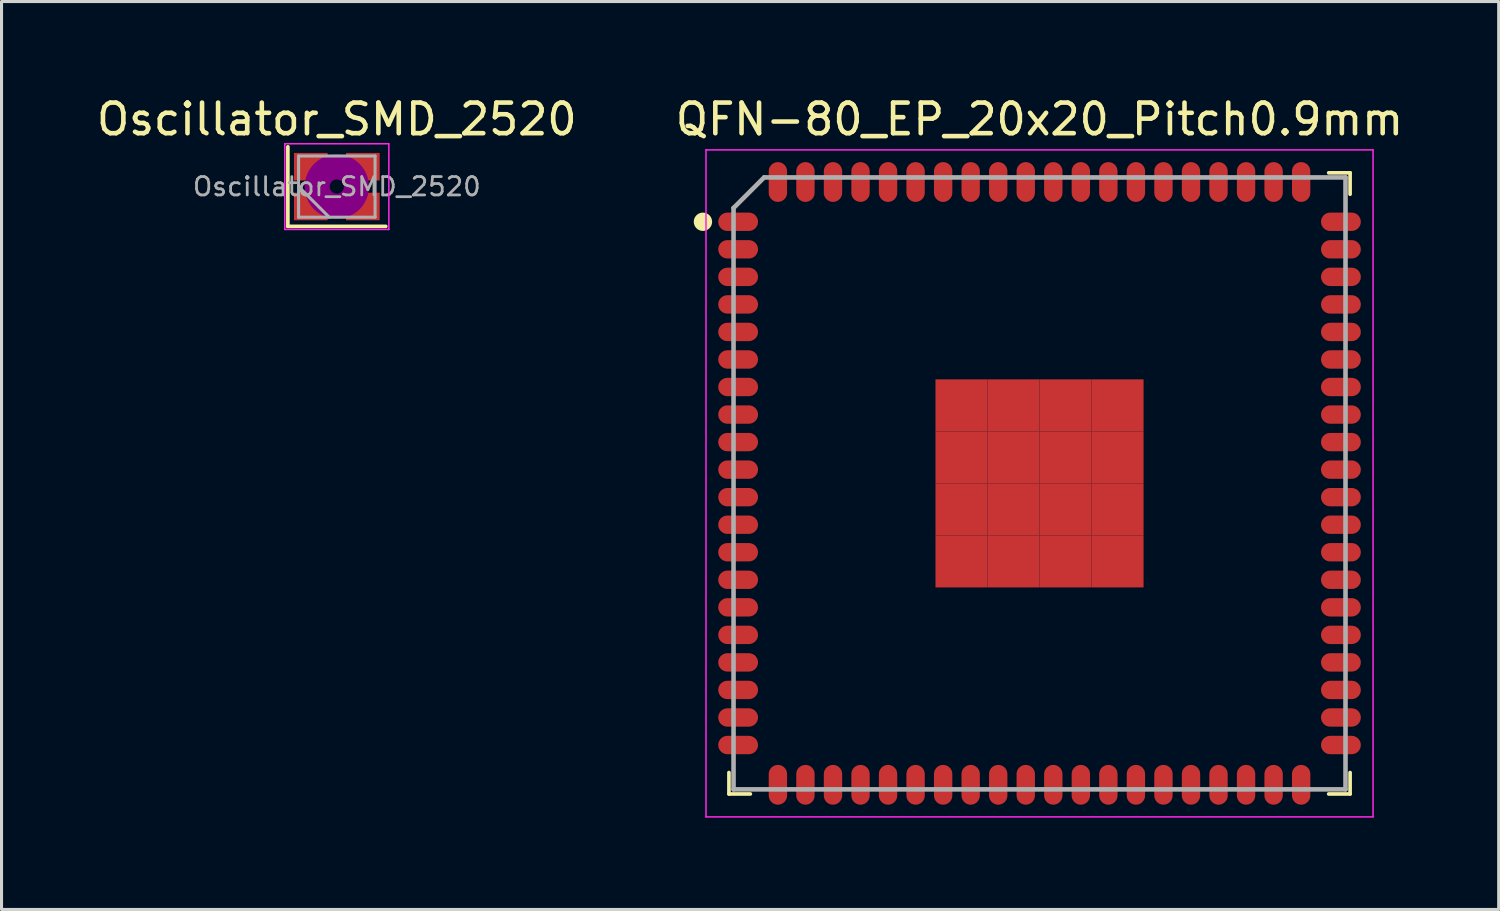
<source format=kicad_pcb>
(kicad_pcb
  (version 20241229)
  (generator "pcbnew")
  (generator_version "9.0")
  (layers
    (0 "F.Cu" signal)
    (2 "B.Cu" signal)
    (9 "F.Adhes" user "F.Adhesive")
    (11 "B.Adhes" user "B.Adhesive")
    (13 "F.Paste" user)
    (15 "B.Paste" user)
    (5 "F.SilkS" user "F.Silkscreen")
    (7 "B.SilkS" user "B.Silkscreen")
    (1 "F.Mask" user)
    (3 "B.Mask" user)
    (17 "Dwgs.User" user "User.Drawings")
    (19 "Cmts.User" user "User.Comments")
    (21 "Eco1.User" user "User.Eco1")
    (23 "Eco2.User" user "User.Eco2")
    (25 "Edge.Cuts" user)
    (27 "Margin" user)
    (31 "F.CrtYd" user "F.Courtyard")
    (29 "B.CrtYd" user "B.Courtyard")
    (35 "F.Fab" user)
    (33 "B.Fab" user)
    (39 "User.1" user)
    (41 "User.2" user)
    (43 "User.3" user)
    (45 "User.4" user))
  (footprint "QFN-80_EP_20x20_Pitch0.9mm"
    (layer "F.Cu")
    (at 30.923 12.748)
    (property "Reference" "QFN-80_EP_20x20_Pitch0.9mm" (at 0 -11.9 0) (layer "F.SilkS") (effects (font (size 1 1) (thickness 0.15))))
    (attr through_hole)
    (fp_line (start -10.15 10.15) (end -10.15 9.45) (stroke (width 0.12) (type solid)) (layer "F.SilkS"))
    (fp_line (start -9.45 10.15) (end -10.15 10.15) (stroke (width 0.12) (type solid)) (layer "F.SilkS"))
    (fp_line (start 9.45 -10.15) (end 10.15 -10.15) (stroke (width 0.12) (type solid)) (layer "F.SilkS"))
    (fp_line (start 9.45 10.15) (end 10.15 10.15) (stroke (width 0.12) (type solid)) (layer "F.SilkS"))
    (fp_line (start 10.15 -10.15) (end 10.15 -9.45) (stroke (width 0.12) (type solid)) (layer "F.SilkS"))
    (fp_line (start 10.15 10.15) (end 10.15 9.45) (stroke (width 0.12) (type solid)) (layer "F.SilkS"))
    (fp_circle (center -11 -8.55) (end -10.85 -8.55) (stroke (width 0.3) (type solid)) (fill no) (layer "F.SilkS"))
    (fp_line (start -10.9 -10.9) (end 10.9 -10.9) (stroke (width 0.05) (type solid)) (layer "F.CrtYd"))
    (fp_line (start -10.9 10.9) (end -10.9 -10.9) (stroke (width 0.05) (type solid)) (layer "F.CrtYd"))
    (fp_line (start 10.9 -10.9) (end 10.9 10.9) (stroke (width 0.05) (type solid)) (layer "F.CrtYd"))
    (fp_line (start 10.9 10.9) (end -10.9 10.9) (stroke (width 0.05) (type solid)) (layer "F.CrtYd"))
    (fp_line (start -10 -9) (end -10 10) (stroke (width 0.15) (type solid)) (layer "F.Fab"))
    (fp_line (start -10 10) (end 10 10) (stroke (width 0.15) (type solid)) (layer "F.Fab"))
    (fp_line (start -9 -10) (end -10 -9) (stroke (width 0.15) (type solid)) (layer "F.Fab"))
    (fp_line (start 10 -10) (end -9 -10) (stroke (width 0.15) (type solid)) (layer "F.Fab"))
    (fp_line (start 10 10) (end 10 -10) (stroke (width 0.15) (type solid)) (layer "F.Fab"))
    (pad "1" smd oval (at -9.85 -8.55 90) (size 0.6 1.3) (layers "F.Cu" "F.Mask" "F.Paste"))
    (pad "2" smd oval (at -9.85 -7.65 90) (size 0.6 1.3) (layers "F.Cu" "F.Mask" "F.Paste"))
    (pad "3" smd oval (at -9.85 -6.75 90) (size 0.6 1.3) (layers "F.Cu" "F.Mask" "F.Paste"))
    (pad "4" smd oval (at -9.85 -5.85 90) (size 0.6 1.3) (layers "F.Cu" "F.Mask" "F.Paste"))
    (pad "5" smd oval (at -9.85 -4.95 90) (size 0.6 1.3) (layers "F.Cu" "F.Mask" "F.Paste"))
    (pad "6" smd oval (at -9.85 -4.05 90) (size 0.6 1.3) (layers "F.Cu" "F.Mask" "F.Paste"))
    (pad "7" smd oval (at -9.85 -3.15 90) (size 0.6 1.3) (layers "F.Cu" "F.Mask" "F.Paste"))
    (pad "8" smd oval (at -9.85 -2.25 90) (size 0.6 1.3) (layers "F.Cu" "F.Mask" "F.Paste"))
    (pad "9" smd oval (at -9.85 -1.35 90) (size 0.6 1.3) (layers "F.Cu" "F.Mask" "F.Paste"))
    (pad "10" smd oval (at -9.85 -0.45 90) (size 0.6 1.3) (layers "F.Cu" "F.Mask" "F.Paste"))
    (pad "11" smd oval (at -9.85 0.45 90) (size 0.6 1.3) (layers "F.Cu" "F.Mask" "F.Paste"))
    (pad "12" smd oval (at -9.85 1.35 90) (size 0.6 1.3) (layers "F.Cu" "F.Mask" "F.Paste"))
    (pad "13" smd oval (at -9.85 2.25 90) (size 0.6 1.3) (layers "F.Cu" "F.Mask" "F.Paste"))
    (pad "14" smd oval (at -9.85 3.15 90) (size 0.6 1.3) (layers "F.Cu" "F.Mask" "F.Paste"))
    (pad "15" smd oval (at -9.85 4.05 90) (size 0.6 1.3) (layers "F.Cu" "F.Mask" "F.Paste"))
    (pad "16" smd oval (at -9.85 4.95 90) (size 0.6 1.3) (layers "F.Cu" "F.Mask" "F.Paste"))
    (pad "17" smd oval (at -9.85 5.85 90) (size 0.6 1.3) (layers "F.Cu" "F.Mask" "F.Paste"))
    (pad "18" smd oval (at -9.85 6.75 90) (size 0.6 1.3) (layers "F.Cu" "F.Mask" "F.Paste"))
    (pad "19" smd oval (at -9.85 7.65 90) (size 0.6 1.3) (layers "F.Cu" "F.Mask" "F.Paste"))
    (pad "20" smd oval (at -9.85 8.55 90) (size 0.6 1.3) (layers "F.Cu" "F.Mask" "F.Paste"))
    (pad "21" smd oval (at -8.55 9.85) (size 0.6 1.3) (layers "F.Cu" "F.Mask" "F.Paste"))
    (pad "22" smd oval (at -7.65 9.85) (size 0.6 1.3) (layers "F.Cu" "F.Mask" "F.Paste"))
    (pad "23" smd oval (at -6.75 9.85) (size 0.6 1.3) (layers "F.Cu" "F.Mask" "F.Paste"))
    (pad "24" smd oval (at -5.85 9.85) (size 0.6 1.3) (layers "F.Cu" "F.Mask" "F.Paste"))
    (pad "25" smd oval (at -4.95 9.85) (size 0.6 1.3) (layers "F.Cu" "F.Mask" "F.Paste"))
    (pad "26" smd oval (at -4.05 9.85) (size 0.6 1.3) (layers "F.Cu" "F.Mask" "F.Paste"))
    (pad "27" smd oval (at -3.15 9.85) (size 0.6 1.3) (layers "F.Cu" "F.Mask" "F.Paste"))
    (pad "28" smd oval (at -2.25 9.85) (size 0.6 1.3) (layers "F.Cu" "F.Mask" "F.Paste"))
    (pad "29" smd oval (at -1.35 9.85) (size 0.6 1.3) (layers "F.Cu" "F.Mask" "F.Paste"))
    (pad "30" smd oval (at -0.45 9.85) (size 0.6 1.3) (layers "F.Cu" "F.Mask" "F.Paste"))
    (pad "31" smd oval (at 0.45 9.85) (size 0.6 1.3) (layers "F.Cu" "F.Mask" "F.Paste"))
    (pad "32" smd oval (at 1.35 9.85) (size 0.6 1.3) (layers "F.Cu" "F.Mask" "F.Paste"))
    (pad "33" smd oval (at 2.25 9.85) (size 0.6 1.3) (layers "F.Cu" "F.Mask" "F.Paste"))
    (pad "34" smd oval (at 3.15 9.85) (size 0.6 1.3) (layers "F.Cu" "F.Mask" "F.Paste"))
    (pad "35" smd oval (at 4.05 9.85) (size 0.6 1.3) (layers "F.Cu" "F.Mask" "F.Paste"))
    (pad "36" smd oval (at 4.95 9.85) (size 0.6 1.3) (layers "F.Cu" "F.Mask" "F.Paste"))
    (pad "37" smd oval (at 5.85 9.85) (size 0.6 1.3) (layers "F.Cu" "F.Mask" "F.Paste"))
    (pad "38" smd oval (at 6.75 9.85) (size 0.6 1.3) (layers "F.Cu" "F.Mask" "F.Paste"))
    (pad "39" smd oval (at 7.65 9.85) (size 0.6 1.3) (layers "F.Cu" "F.Mask" "F.Paste"))
    (pad "40" smd oval (at 8.55 9.85) (size 0.6 1.3) (layers "F.Cu" "F.Mask" "F.Paste"))
    (pad "41" smd oval (at 9.85 8.55 90) (size 0.6 1.3) (layers "F.Cu" "F.Mask" "F.Paste"))
    (pad "42" smd oval (at 9.85 7.65 90) (size 0.6 1.3) (layers "F.Cu" "F.Mask" "F.Paste"))
    (pad "43" smd oval (at 9.85 6.75 90) (size 0.6 1.3) (layers "F.Cu" "F.Mask" "F.Paste"))
    (pad "44" smd oval (at 9.85 5.85 90) (size 0.6 1.3) (layers "F.Cu" "F.Mask" "F.Paste"))
    (pad "45" smd oval (at 9.85 4.95 90) (size 0.6 1.3) (layers "F.Cu" "F.Mask" "F.Paste"))
    (pad "46" smd oval (at 9.85 4.05 90) (size 0.6 1.3) (layers "F.Cu" "F.Mask" "F.Paste"))
    (pad "47" smd oval (at 9.85 3.15 90) (size 0.6 1.3) (layers "F.Cu" "F.Mask" "F.Paste"))
    (pad "48" smd oval (at 9.85 2.25 90) (size 0.6 1.3) (layers "F.Cu" "F.Mask" "F.Paste"))
    (pad "49" smd oval (at 9.85 1.35 90) (size 0.6 1.3) (layers "F.Cu" "F.Mask" "F.Paste"))
    (pad "50" smd oval (at 9.85 0.45 90) (size 0.6 1.3) (layers "F.Cu" "F.Mask" "F.Paste"))
    (pad "51" smd oval (at 9.85 -0.45 90) (size 0.6 1.3) (layers "F.Cu" "F.Mask" "F.Paste"))
    (pad "52" smd oval (at 9.85 -1.35 90) (size 0.6 1.3) (layers "F.Cu" "F.Mask" "F.Paste"))
    (pad "53" smd oval (at 9.85 -2.25 90) (size 0.6 1.3) (layers "F.Cu" "F.Mask" "F.Paste"))
    (pad "54" smd oval (at 9.85 -3.15 90) (size 0.6 1.3) (layers "F.Cu" "F.Mask" "F.Paste"))
    (pad "55" smd oval (at 9.85 -4.05 90) (size 0.6 1.3) (layers "F.Cu" "F.Mask" "F.Paste"))
    (pad "56" smd oval (at 9.85 -4.95 90) (size 0.6 1.3) (layers "F.Cu" "F.Mask" "F.Paste"))
    (pad "57" smd oval (at 9.85 -5.85 90) (size 0.6 1.3) (layers "F.Cu" "F.Mask" "F.Paste"))
    (pad "58" smd oval (at 9.85 -6.75 90) (size 0.6 1.3) (layers "F.Cu" "F.Mask" "F.Paste"))
    (pad "59" smd oval (at 9.85 -7.65 90) (size 0.6 1.3) (layers "F.Cu" "F.Mask" "F.Paste"))
    (pad "60" smd oval (at 9.85 -8.55 90) (size 0.6 1.3) (layers "F.Cu" "F.Mask" "F.Paste"))
    (pad "61" smd oval (at 8.55 -9.85) (size 0.6 1.3) (layers "F.Cu" "F.Mask" "F.Paste"))
    (pad "62" smd oval (at 7.65 -9.85) (size 0.6 1.3) (layers "F.Cu" "F.Mask" "F.Paste"))
    (pad "63" smd oval (at 6.75 -9.85) (size 0.6 1.3) (layers "F.Cu" "F.Mask" "F.Paste"))
    (pad "64" smd oval (at 5.85 -9.85) (size 0.6 1.3) (layers "F.Cu" "F.Mask" "F.Paste"))
    (pad "65" smd oval (at 4.95 -9.85) (size 0.6 1.3) (layers "F.Cu" "F.Mask" "F.Paste"))
    (pad "66" smd oval (at 4.05 -9.85) (size 0.6 1.3) (layers "F.Cu" "F.Mask" "F.Paste"))
    (pad "67" smd oval (at 3.15 -9.85) (size 0.6 1.3) (layers "F.Cu" "F.Mask" "F.Paste"))
    (pad "68" smd oval (at 2.25 -9.85) (size 0.6 1.3) (layers "F.Cu" "F.Mask" "F.Paste"))
    (pad "69" smd oval (at 1.35 -9.85) (size 0.6 1.3) (layers "F.Cu" "F.Mask" "F.Paste"))
    (pad "70" smd oval (at 0.45 -9.85) (size 0.6 1.3) (layers "F.Cu" "F.Mask" "F.Paste"))
    (pad "71" smd oval (at -0.45 -9.85) (size 0.6 1.3) (layers "F.Cu" "F.Mask" "F.Paste"))
    (pad "72" smd oval (at -1.35 -9.85) (size 0.6 1.3) (layers "F.Cu" "F.Mask" "F.Paste"))
    (pad "73" smd oval (at -2.25 -9.85) (size 0.6 1.3) (layers "F.Cu" "F.Mask" "F.Paste"))
    (pad "74" smd oval (at -3.15 -9.85) (size 0.6 1.3) (layers "F.Cu" "F.Mask" "F.Paste"))
    (pad "75" smd oval (at -4.05 -9.85) (size 0.6 1.3) (layers "F.Cu" "F.Mask" "F.Paste"))
    (pad "76" smd oval (at -4.95 -9.85) (size 0.6 1.3) (layers "F.Cu" "F.Mask" "F.Paste"))
    (pad "77" smd oval (at -5.85 -9.85) (size 0.6 1.3) (layers "F.Cu" "F.Mask" "F.Paste"))
    (pad "78" smd oval (at -6.75 -9.85) (size 0.6 1.3) (layers "F.Cu" "F.Mask" "F.Paste"))
    (pad "79" smd oval (at -7.65 -9.85) (size 0.6 1.3) (layers "F.Cu" "F.Mask" "F.Paste"))
    (pad "80" smd oval (at -8.55 -9.85) (size 0.6 1.3) (layers "F.Cu" "F.Mask" "F.Paste"))
    (pad "81" smd rect (at -2.55 -2.55) (size 1.7 1.7) (layers "F.Cu" "F.Mask" "F.Paste"))
    (pad "81" smd rect (at -2.55 -0.85) (size 1.7 1.7) (layers "F.Cu" "F.Mask" "F.Paste"))
    (pad "81" smd rect (at -2.55 0.85) (size 1.7 1.7) (layers "F.Cu" "F.Mask" "F.Paste"))
    (pad "81" smd rect (at -2.55 2.55) (size 1.7 1.7) (layers "F.Cu" "F.Mask" "F.Paste"))
    (pad "81" smd rect (at -0.85 -2.55) (size 1.7 1.7) (layers "F.Cu" "F.Mask" "F.Paste"))
    (pad "81" smd rect (at -0.85 -0.85) (size 1.7 1.7) (layers "F.Cu" "F.Mask" "F.Paste"))
    (pad "81" smd rect (at -0.85 0.85) (size 1.7 1.7) (layers "F.Cu" "F.Mask" "F.Paste"))
    (pad "81" smd rect (at -0.85 2.55) (size 1.7 1.7) (layers "F.Cu" "F.Mask" "F.Paste"))
    (pad "81" smd rect (at 0.85 -2.55) (size 1.7 1.7) (layers "F.Cu" "F.Mask" "F.Paste"))
    (pad "81" smd rect (at 0.85 -0.85) (size 1.7 1.7) (layers "F.Cu" "F.Mask" "F.Paste"))
    (pad "81" smd rect (at 0.85 0.85) (size 1.7 1.7) (layers "F.Cu" "F.Mask" "F.Paste"))
    (pad "81" smd rect (at 0.85 2.55) (size 1.7 1.7) (layers "F.Cu" "F.Mask" "F.Paste"))
    (pad "81" smd rect (at 2.55 -2.55) (size 1.7 1.7) (layers "F.Cu" "F.Mask" "F.Paste"))
    (pad "81" smd rect (at 2.55 -0.85) (size 1.7 1.7) (layers "F.Cu" "F.Mask" "F.Paste"))
    (pad "81" smd rect (at 2.55 0.85) (size 1.7 1.7) (layers "F.Cu" "F.Mask" "F.Paste"))
    (pad "81" smd rect (at 2.55 2.55) (size 1.7 1.7) (layers "F.Cu" "F.Mask" "F.Paste")))
  (footprint "Oscillator_SMD_2520"
    (layer "F.Cu")
    (at 7.958 3.048)
    (property "Reference" "Oscillator_SMD_2520" (at 0 -2.2 0) (layer "F.SilkS") (effects (font (size 1 1) (thickness 0.15))))
    (attr smd)
    (fp_line (start -1.6 -1.3) (end -1.6 1.3) (stroke (width 0.12) (type solid)) (layer "F.SilkS"))
    (fp_line (start -1.6 1.3) (end 1.6 1.3) (stroke (width 0.12) (type solid)) (layer "F.SilkS"))
    (fp_circle (center 0 0) (end 0.233 0) (stroke (width 0.467) (type solid)) (fill no) (layer "F.Adhes"))
    (fp_circle (center 0 0) (end 0.533 0) (stroke (width 0.333) (type solid)) (fill no) (layer "F.Adhes"))
    (fp_circle (center 0 0) (end 0.833 0) (stroke (width 0.333) (type solid)) (fill no) (layer "F.Adhes"))
    (fp_circle (center 0 0) (end 1 0) (stroke (width 0.1) (type solid)) (fill no) (layer "F.Adhes"))
    (fp_line (start -1.7 -1.4) (end -1.7 1.4) (stroke (width 0.05) (type solid)) (layer "F.CrtYd"))
    (fp_line (start -1.7 1.4) (end 1.7 1.4) (stroke (width 0.05) (type solid)) (layer "F.CrtYd"))
    (fp_line (start 1.7 -1.4) (end -1.7 -1.4) (stroke (width 0.05) (type solid)) (layer "F.CrtYd"))
    (fp_line (start 1.7 1.4) (end 1.7 -1.4) (stroke (width 0.05) (type solid)) (layer "F.CrtYd"))
    (fp_line (start -1.25 -1) (end -1.25 1) (stroke (width 0.1) (type solid)) (layer "F.Fab"))
    (fp_line (start -1.25 0) (end -0.25 1) (stroke (width 0.1) (type solid)) (layer "F.Fab"))
    (fp_line (start -1.25 1) (end 1.25 1) (stroke (width 0.1) (type solid)) (layer "F.Fab"))
    (fp_line (start 1.25 -1) (end -1.25 -1) (stroke (width 0.1) (type solid)) (layer "F.Fab"))
    (fp_line (start 1.25 1) (end 1.25 -1) (stroke (width 0.1) (type solid)) (layer "F.Fab"))
    (fp_text user "${REFERENCE}" (at 0 0 0) (layer "F.Fab") (effects (font (size 0.6 0.6) (thickness 0.09))))
    (pad "1" smd rect (at -0.85 0.65) (size 1.1 0.9) (layers "F.Cu" "F.Mask" "F.Paste"))
    (pad "2" smd rect (at 0.85 0.65) (size 1.1 0.9) (layers "F.Cu" "F.Mask" "F.Paste"))
    (pad "3" smd rect (at 0.85 -0.65) (size 1.1 0.9) (layers "F.Cu" "F.Mask" "F.Paste"))
    (pad "4" smd rect (at -0.85 -0.65) (size 1.1 0.9) (layers "F.Cu" "F.Mask" "F.Paste")))
  (gr_rect
    (start -3 -3)
    (end 45.929 26.673)
    (stroke (width 0.1) (type default))
    (fill no)
    (layer "Edge.Cuts")))
</source>
